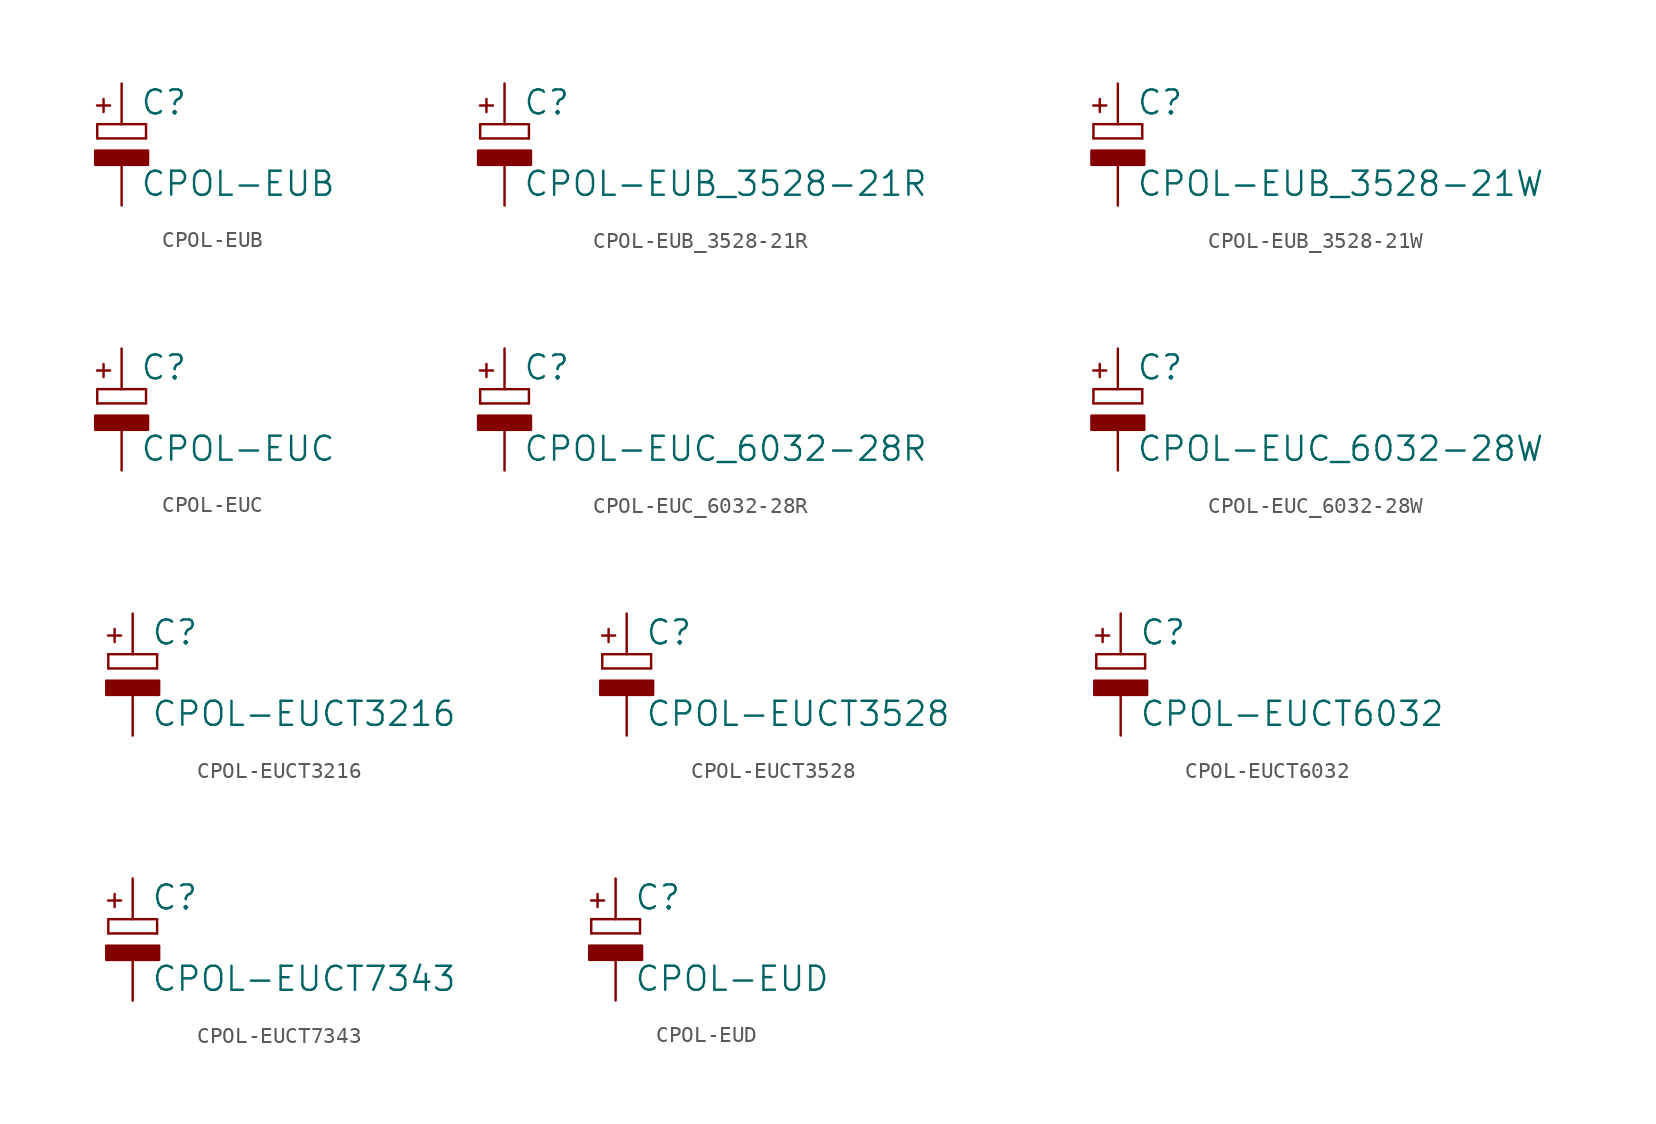
<source format=kicad_sym>
(kicad_symbol_lib
  (version 20211014)
  (generator kicad_symbol_editor)
  (symbol "CPOL-EUB"
    (pin_names
      (offset 1.016))
    (property "Reference" "C"
      (at 1.143 0.483 0)
      (effects (font (size 1.499 1.499)) (justify left bottom)))
    (property "Value" "CPOL-EUB"
      (at 1.143 -4.597 0)
      (effects (font (size 1.499 1.499)) (justify left bottom)))
    (property "ki_locked" ""
      (at 0 0 0)
      (effects (font (size 1.27 1.27))))
    (symbol "CPOL-EUB_1_0"
      (rectangle (start -1.651 -2.54) (end 1.651 -1.651) (stroke (width 0) (type default) (color 0 0 0 0)) (fill (type outline)))
      (polyline (pts (xy -1.524 -0.889) (xy 1.524 -0.889)) (stroke (width 0) (type default) (color 0 0 0 0)) (fill (type none)))
      (polyline (pts (xy -1.524 0) (xy -1.524 -0.889)) (stroke (width 0) (type default) (color 0 0 0 0)) (fill (type none)))
      (polyline (pts (xy -1.524 0) (xy 1.524 0)) (stroke (width 0) (type default) (color 0 0 0 0)) (fill (type none)))
      (polyline (pts (xy 1.524 -0.889) (xy 1.524 0)) (stroke (width 0) (type default) (color 0 0 0 0)) (fill (type none)))
      (text "+" (at -0.584 0.406 900) (effects (font (size 1.067 1.067)) (justify left bottom)))
      (pin passive line (at 0 2.54 270) (length 2.54) (name "+" (effects (font (size 0 0)))) (number "+" (effects (font (size 0 0)))))
      (pin passive line (at 0 -5.08 90) (length 2.54) (name "-" (effects (font (size 0 0)))) (number "-" (effects (font (size 0 0)))))))
  (symbol "CPOL-EUB_3528-21R"
    (pin_names
      (offset 1.016))
    (property "Reference" "C"
      (at 1.143 0.483 0)
      (effects (font (size 1.499 1.499)) (justify left bottom)))
    (property "Value" "CPOL-EUB_3528-21R"
      (at 1.143 -4.597 0)
      (effects (font (size 1.499 1.499)) (justify left bottom)))
    (property "ki_locked" ""
      (at 0 0 0)
      (effects (font (size 1.27 1.27))))
    (symbol "CPOL-EUB_3528-21R_1_0"
      (rectangle (start -1.651 -2.54) (end 1.651 -1.651) (stroke (width 0) (type default) (color 0 0 0 0)) (fill (type outline)))
      (polyline (pts (xy -1.524 -0.889) (xy 1.524 -0.889)) (stroke (width 0) (type default) (color 0 0 0 0)) (fill (type none)))
      (polyline (pts (xy -1.524 0) (xy -1.524 -0.889)) (stroke (width 0) (type default) (color 0 0 0 0)) (fill (type none)))
      (polyline (pts (xy -1.524 0) (xy 1.524 0)) (stroke (width 0) (type default) (color 0 0 0 0)) (fill (type none)))
      (polyline (pts (xy 1.524 -0.889) (xy 1.524 0)) (stroke (width 0) (type default) (color 0 0 0 0)) (fill (type none)))
      (text "+" (at -0.584 0.406 900) (effects (font (size 1.067 1.067)) (justify left bottom)))
      (pin passive line (at 0 2.54 270) (length 2.54) (name "+" (effects (font (size 0 0)))) (number "+" (effects (font (size 0 0)))))
      (pin passive line (at 0 -5.08 90) (length 2.54) (name "-" (effects (font (size 0 0)))) (number "-" (effects (font (size 0 0)))))))
  (symbol "CPOL-EUB_3528-21W"
    (pin_names
      (offset 1.016))
    (property "Reference" "C"
      (at 1.143 0.483 0)
      (effects (font (size 1.499 1.499)) (justify left bottom)))
    (property "Value" "CPOL-EUB_3528-21W"
      (at 1.143 -4.597 0)
      (effects (font (size 1.499 1.499)) (justify left bottom)))
    (property "ki_locked" ""
      (at 0 0 0)
      (effects (font (size 1.27 1.27))))
    (symbol "CPOL-EUB_3528-21W_1_0"
      (rectangle (start -1.651 -2.54) (end 1.651 -1.651) (stroke (width 0) (type default) (color 0 0 0 0)) (fill (type outline)))
      (polyline (pts (xy -1.524 -0.889) (xy 1.524 -0.889)) (stroke (width 0) (type default) (color 0 0 0 0)) (fill (type none)))
      (polyline (pts (xy -1.524 0) (xy -1.524 -0.889)) (stroke (width 0) (type default) (color 0 0 0 0)) (fill (type none)))
      (polyline (pts (xy -1.524 0) (xy 1.524 0)) (stroke (width 0) (type default) (color 0 0 0 0)) (fill (type none)))
      (polyline (pts (xy 1.524 -0.889) (xy 1.524 0)) (stroke (width 0) (type default) (color 0 0 0 0)) (fill (type none)))
      (text "+" (at -0.584 0.406 900) (effects (font (size 1.067 1.067)) (justify left bottom)))
      (pin passive line (at 0 2.54 270) (length 2.54) (name "+" (effects (font (size 0 0)))) (number "+" (effects (font (size 0 0)))))
      (pin passive line (at 0 -5.08 90) (length 2.54) (name "-" (effects (font (size 0 0)))) (number "-" (effects (font (size 0 0)))))))
  (symbol "CPOL-EUC"
    (pin_names
      (offset 1.016))
    (property "Reference" "C"
      (at 1.143 0.483 0)
      (effects (font (size 1.499 1.499)) (justify left bottom)))
    (property "Value" "CPOL-EUC"
      (at 1.143 -4.597 0)
      (effects (font (size 1.499 1.499)) (justify left bottom)))
    (property "ki_locked" ""
      (at 0 0 0)
      (effects (font (size 1.27 1.27))))
    (symbol "CPOL-EUC_1_0"
      (rectangle (start -1.651 -2.54) (end 1.651 -1.651) (stroke (width 0) (type default) (color 0 0 0 0)) (fill (type outline)))
      (polyline (pts (xy -1.524 -0.889) (xy 1.524 -0.889)) (stroke (width 0) (type default) (color 0 0 0 0)) (fill (type none)))
      (polyline (pts (xy -1.524 0) (xy -1.524 -0.889)) (stroke (width 0) (type default) (color 0 0 0 0)) (fill (type none)))
      (polyline (pts (xy -1.524 0) (xy 1.524 0)) (stroke (width 0) (type default) (color 0 0 0 0)) (fill (type none)))
      (polyline (pts (xy 1.524 -0.889) (xy 1.524 0)) (stroke (width 0) (type default) (color 0 0 0 0)) (fill (type none)))
      (text "+" (at -0.584 0.406 900) (effects (font (size 1.067 1.067)) (justify left bottom)))
      (pin passive line (at 0 2.54 270) (length 2.54) (name "+" (effects (font (size 0 0)))) (number "+" (effects (font (size 0 0)))))
      (pin passive line (at 0 -5.08 90) (length 2.54) (name "-" (effects (font (size 0 0)))) (number "-" (effects (font (size 0 0)))))))
  (symbol "CPOL-EUC_6032-28R"
    (pin_names
      (offset 1.016))
    (property "Reference" "C"
      (at 1.143 0.483 0)
      (effects (font (size 1.499 1.499)) (justify left bottom)))
    (property "Value" "CPOL-EUC_6032-28R"
      (at 1.143 -4.597 0)
      (effects (font (size 1.499 1.499)) (justify left bottom)))
    (property "ki_locked" ""
      (at 0 0 0)
      (effects (font (size 1.27 1.27))))
    (symbol "CPOL-EUC_6032-28R_1_0"
      (rectangle (start -1.651 -2.54) (end 1.651 -1.651) (stroke (width 0) (type default) (color 0 0 0 0)) (fill (type outline)))
      (polyline (pts (xy -1.524 -0.889) (xy 1.524 -0.889)) (stroke (width 0) (type default) (color 0 0 0 0)) (fill (type none)))
      (polyline (pts (xy -1.524 0) (xy -1.524 -0.889)) (stroke (width 0) (type default) (color 0 0 0 0)) (fill (type none)))
      (polyline (pts (xy -1.524 0) (xy 1.524 0)) (stroke (width 0) (type default) (color 0 0 0 0)) (fill (type none)))
      (polyline (pts (xy 1.524 -0.889) (xy 1.524 0)) (stroke (width 0) (type default) (color 0 0 0 0)) (fill (type none)))
      (text "+" (at -0.584 0.406 900) (effects (font (size 1.067 1.067)) (justify left bottom)))
      (pin passive line (at 0 2.54 270) (length 2.54) (name "+" (effects (font (size 0 0)))) (number "+" (effects (font (size 0 0)))))
      (pin passive line (at 0 -5.08 90) (length 2.54) (name "-" (effects (font (size 0 0)))) (number "-" (effects (font (size 0 0)))))))
  (symbol "CPOL-EUC_6032-28W"
    (pin_names
      (offset 1.016))
    (property "Reference" "C"
      (at 1.143 0.483 0)
      (effects (font (size 1.499 1.499)) (justify left bottom)))
    (property "Value" "CPOL-EUC_6032-28W"
      (at 1.143 -4.597 0)
      (effects (font (size 1.499 1.499)) (justify left bottom)))
    (property "ki_locked" ""
      (at 0 0 0)
      (effects (font (size 1.27 1.27))))
    (symbol "CPOL-EUC_6032-28W_1_0"
      (rectangle (start -1.651 -2.54) (end 1.651 -1.651) (stroke (width 0) (type default) (color 0 0 0 0)) (fill (type outline)))
      (polyline (pts (xy -1.524 -0.889) (xy 1.524 -0.889)) (stroke (width 0) (type default) (color 0 0 0 0)) (fill (type none)))
      (polyline (pts (xy -1.524 0) (xy -1.524 -0.889)) (stroke (width 0) (type default) (color 0 0 0 0)) (fill (type none)))
      (polyline (pts (xy -1.524 0) (xy 1.524 0)) (stroke (width 0) (type default) (color 0 0 0 0)) (fill (type none)))
      (polyline (pts (xy 1.524 -0.889) (xy 1.524 0)) (stroke (width 0) (type default) (color 0 0 0 0)) (fill (type none)))
      (text "+" (at -0.584 0.406 900) (effects (font (size 1.067 1.067)) (justify left bottom)))
      (pin passive line (at 0 2.54 270) (length 2.54) (name "+" (effects (font (size 0 0)))) (number "+" (effects (font (size 0 0)))))
      (pin passive line (at 0 -5.08 90) (length 2.54) (name "-" (effects (font (size 0 0)))) (number "-" (effects (font (size 0 0)))))))
  (symbol "CPOL-EUCT3216"
    (pin_names
      (offset 1.016))
    (property "Reference" "C"
      (at 1.143 0.483 0)
      (effects (font (size 1.499 1.499)) (justify left bottom)))
    (property "Value" "CPOL-EUCT3216"
      (at 1.143 -4.597 0)
      (effects (font (size 1.499 1.499)) (justify left bottom)))
    (property "ki_locked" ""
      (at 0 0 0)
      (effects (font (size 1.27 1.27))))
    (symbol "CPOL-EUCT3216_1_0"
      (rectangle (start -1.651 -2.54) (end 1.651 -1.651) (stroke (width 0) (type default) (color 0 0 0 0)) (fill (type outline)))
      (polyline (pts (xy -1.524 -0.889) (xy 1.524 -0.889)) (stroke (width 0) (type default) (color 0 0 0 0)) (fill (type none)))
      (polyline (pts (xy -1.524 0) (xy -1.524 -0.889)) (stroke (width 0) (type default) (color 0 0 0 0)) (fill (type none)))
      (polyline (pts (xy -1.524 0) (xy 1.524 0)) (stroke (width 0) (type default) (color 0 0 0 0)) (fill (type none)))
      (polyline (pts (xy 1.524 -0.889) (xy 1.524 0)) (stroke (width 0) (type default) (color 0 0 0 0)) (fill (type none)))
      (text "+" (at -0.584 0.406 900) (effects (font (size 1.067 1.067)) (justify left bottom)))
      (pin passive line (at 0 2.54 270) (length 2.54) (name "+" (effects (font (size 0 0)))) (number "+" (effects (font (size 0 0)))))
      (pin passive line (at 0 -5.08 90) (length 2.54) (name "-" (effects (font (size 0 0)))) (number "-" (effects (font (size 0 0)))))))
  (symbol "CPOL-EUCT3528"
    (pin_names
      (offset 1.016))
    (property "Reference" "C"
      (at 1.143 0.483 0)
      (effects (font (size 1.499 1.499)) (justify left bottom)))
    (property "Value" "CPOL-EUCT3528"
      (at 1.143 -4.597 0)
      (effects (font (size 1.499 1.499)) (justify left bottom)))
    (property "ki_locked" ""
      (at 0 0 0)
      (effects (font (size 1.27 1.27))))
    (symbol "CPOL-EUCT3528_1_0"
      (rectangle (start -1.651 -2.54) (end 1.651 -1.651) (stroke (width 0) (type default) (color 0 0 0 0)) (fill (type outline)))
      (polyline (pts (xy -1.524 -0.889) (xy 1.524 -0.889)) (stroke (width 0) (type default) (color 0 0 0 0)) (fill (type none)))
      (polyline (pts (xy -1.524 0) (xy -1.524 -0.889)) (stroke (width 0) (type default) (color 0 0 0 0)) (fill (type none)))
      (polyline (pts (xy -1.524 0) (xy 1.524 0)) (stroke (width 0) (type default) (color 0 0 0 0)) (fill (type none)))
      (polyline (pts (xy 1.524 -0.889) (xy 1.524 0)) (stroke (width 0) (type default) (color 0 0 0 0)) (fill (type none)))
      (text "+" (at -0.584 0.406 900) (effects (font (size 1.067 1.067)) (justify left bottom)))
      (pin passive line (at 0 2.54 270) (length 2.54) (name "+" (effects (font (size 0 0)))) (number "+" (effects (font (size 0 0)))))
      (pin passive line (at 0 -5.08 90) (length 2.54) (name "-" (effects (font (size 0 0)))) (number "-" (effects (font (size 0 0)))))))
  (symbol "CPOL-EUCT6032"
    (pin_names
      (offset 1.016))
    (property "Reference" "C"
      (at 1.143 0.483 0)
      (effects (font (size 1.499 1.499)) (justify left bottom)))
    (property "Value" "CPOL-EUCT6032"
      (at 1.143 -4.597 0)
      (effects (font (size 1.499 1.499)) (justify left bottom)))
    (property "ki_locked" ""
      (at 0 0 0)
      (effects (font (size 1.27 1.27))))
    (symbol "CPOL-EUCT6032_1_0"
      (rectangle (start -1.651 -2.54) (end 1.651 -1.651) (stroke (width 0) (type default) (color 0 0 0 0)) (fill (type outline)))
      (polyline (pts (xy -1.524 -0.889) (xy 1.524 -0.889)) (stroke (width 0) (type default) (color 0 0 0 0)) (fill (type none)))
      (polyline (pts (xy -1.524 0) (xy -1.524 -0.889)) (stroke (width 0) (type default) (color 0 0 0 0)) (fill (type none)))
      (polyline (pts (xy -1.524 0) (xy 1.524 0)) (stroke (width 0) (type default) (color 0 0 0 0)) (fill (type none)))
      (polyline (pts (xy 1.524 -0.889) (xy 1.524 0)) (stroke (width 0) (type default) (color 0 0 0 0)) (fill (type none)))
      (text "+" (at -0.584 0.406 900) (effects (font (size 1.067 1.067)) (justify left bottom)))
      (pin passive line (at 0 2.54 270) (length 2.54) (name "+" (effects (font (size 0 0)))) (number "+" (effects (font (size 0 0)))))
      (pin passive line (at 0 -5.08 90) (length 2.54) (name "-" (effects (font (size 0 0)))) (number "-" (effects (font (size 0 0)))))))
  (symbol "CPOL-EUCT7343"
    (pin_names
      (offset 1.016))
    (property "Reference" "C"
      (at 1.143 0.483 0)
      (effects (font (size 1.499 1.499)) (justify left bottom)))
    (property "Value" "CPOL-EUCT7343"
      (at 1.143 -4.597 0)
      (effects (font (size 1.499 1.499)) (justify left bottom)))
    (property "ki_locked" ""
      (at 0 0 0)
      (effects (font (size 1.27 1.27))))
    (symbol "CPOL-EUCT7343_1_0"
      (rectangle (start -1.651 -2.54) (end 1.651 -1.651) (stroke (width 0) (type default) (color 0 0 0 0)) (fill (type outline)))
      (polyline (pts (xy -1.524 -0.889) (xy 1.524 -0.889)) (stroke (width 0) (type default) (color 0 0 0 0)) (fill (type none)))
      (polyline (pts (xy -1.524 0) (xy -1.524 -0.889)) (stroke (width 0) (type default) (color 0 0 0 0)) (fill (type none)))
      (polyline (pts (xy -1.524 0) (xy 1.524 0)) (stroke (width 0) (type default) (color 0 0 0 0)) (fill (type none)))
      (polyline (pts (xy 1.524 -0.889) (xy 1.524 0)) (stroke (width 0) (type default) (color 0 0 0 0)) (fill (type none)))
      (text "+" (at -0.584 0.406 900) (effects (font (size 1.067 1.067)) (justify left bottom)))
      (pin passive line (at 0 2.54 270) (length 2.54) (name "+" (effects (font (size 0 0)))) (number "+" (effects (font (size 0 0)))))
      (pin passive line (at 0 -5.08 90) (length 2.54) (name "-" (effects (font (size 0 0)))) (number "-" (effects (font (size 0 0)))))))
  (symbol "CPOL-EUD"
    (pin_names
      (offset 1.016))
    (property "Reference" "C"
      (at 1.143 0.483 0)
      (effects (font (size 1.499 1.499)) (justify left bottom)))
    (property "Value" "CPOL-EUD"
      (at 1.143 -4.597 0)
      (effects (font (size 1.499 1.499)) (justify left bottom)))
    (property "ki_locked" ""
      (at 0 0 0)
      (effects (font (size 1.27 1.27))))
    (symbol "CPOL-EUD_1_0"
      (rectangle (start -1.651 -2.54) (end 1.651 -1.651) (stroke (width 0) (type default) (color 0 0 0 0)) (fill (type outline)))
      (polyline (pts (xy -1.524 -0.889) (xy 1.524 -0.889)) (stroke (width 0) (type default) (color 0 0 0 0)) (fill (type none)))
      (polyline (pts (xy -1.524 0) (xy -1.524 -0.889)) (stroke (width 0) (type default) (color 0 0 0 0)) (fill (type none)))
      (polyline (pts (xy -1.524 0) (xy 1.524 0)) (stroke (width 0) (type default) (color 0 0 0 0)) (fill (type none)))
      (polyline (pts (xy 1.524 -0.889) (xy 1.524 0)) (stroke (width 0) (type default) (color 0 0 0 0)) (fill (type none)))
      (text "+" (at -0.584 0.406 900) (effects (font (size 1.067 1.067)) (justify left bottom)))
      (pin passive line (at 0 2.54 270) (length 2.54) (name "+" (effects (font (size 0 0)))) (number "+" (effects (font (size 0 0)))))
      (pin passive line (at 0 -5.08 90) (length 2.54) (name "-" (effects (font (size 0 0)))) (number "-" (effects (font (size 0 0))))))))
</source>
